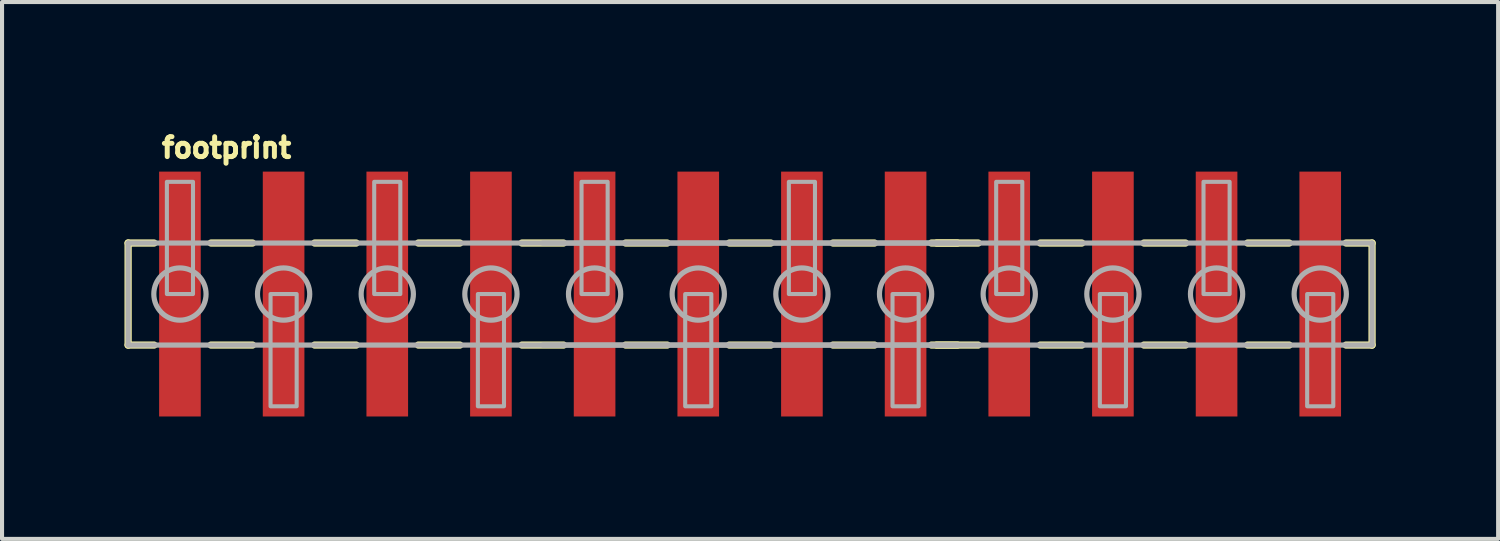
<source format=kicad_pcb>
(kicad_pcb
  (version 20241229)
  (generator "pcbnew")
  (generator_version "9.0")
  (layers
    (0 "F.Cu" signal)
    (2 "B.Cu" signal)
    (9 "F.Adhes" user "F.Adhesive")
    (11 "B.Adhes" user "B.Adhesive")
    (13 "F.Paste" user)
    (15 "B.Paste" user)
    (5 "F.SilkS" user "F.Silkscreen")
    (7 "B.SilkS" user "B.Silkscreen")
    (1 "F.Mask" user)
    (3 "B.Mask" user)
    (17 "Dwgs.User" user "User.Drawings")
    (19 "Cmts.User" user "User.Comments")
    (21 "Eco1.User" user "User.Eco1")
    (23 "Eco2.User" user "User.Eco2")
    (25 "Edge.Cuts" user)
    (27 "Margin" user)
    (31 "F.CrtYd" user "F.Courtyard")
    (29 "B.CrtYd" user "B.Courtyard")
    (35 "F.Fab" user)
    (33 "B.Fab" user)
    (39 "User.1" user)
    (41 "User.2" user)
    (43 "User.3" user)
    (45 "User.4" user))
  (footprint "footprint"
    (layer "F.Cu")
    (at 1.359 4.155)
    (property "Reference" "footprint" (at -0.508 -3.302 0) (layer "F.SilkS") (effects (font (size 0.488 0.488) (thickness 0.122)) (justify left bottom)))
    (fp_line (start -1.27 -1.25) (end -1.27 1.25) (stroke (width 0.178) (type solid)) (layer "F.SilkS"))
    (fp_line (start -1.27 -1.25) (end -0.635 -1.25) (stroke (width 0.178) (type solid)) (layer "F.SilkS"))
    (fp_line (start -1.27 1.25) (end -0.635 1.25) (stroke (width 0.178) (type solid)) (layer "F.SilkS"))
    (fp_line (start 0.762 -1.25) (end 1.778 -1.25) (stroke (width 0.178) (type solid)) (layer "F.SilkS"))
    (fp_line (start 1.778 1.25) (end 0.762 1.25) (stroke (width 0.178) (type solid)) (layer "F.SilkS"))
    (fp_line (start 3.302 -1.25) (end 4.318 -1.25) (stroke (width 0.178) (type solid)) (layer "F.SilkS"))
    (fp_line (start 4.318 1.25) (end 3.302 1.25) (stroke (width 0.178) (type solid)) (layer "F.SilkS"))
    (fp_line (start 5.842 -1.25) (end 6.858 -1.25) (stroke (width 0.178) (type solid)) (layer "F.SilkS"))
    (fp_line (start 6.858 1.25) (end 5.842 1.25) (stroke (width 0.178) (type solid)) (layer "F.SilkS"))
    (fp_line (start 8.382 -1.25) (end 9.398 -1.25) (stroke (width 0.178) (type solid)) (layer "F.SilkS"))
    (fp_line (start 9.398 1.25) (end 8.382 1.25) (stroke (width 0.178) (type solid)) (layer "F.SilkS"))
    (fp_line (start 10.922 -1.25) (end 11.938 -1.25) (stroke (width 0.178) (type solid)) (layer "F.SilkS"))
    (fp_line (start 11.938 1.25) (end 10.922 1.25) (stroke (width 0.178) (type solid)) (layer "F.SilkS"))
    (fp_line (start 13.462 -1.25) (end 14.478 -1.25) (stroke (width 0.178) (type solid)) (layer "F.SilkS"))
    (fp_line (start 14.478 1.25) (end 13.462 1.25) (stroke (width 0.178) (type solid)) (layer "F.SilkS"))
    (fp_line (start 16.002 -1.25) (end 17.018 -1.25) (stroke (width 0.178) (type solid)) (layer "F.SilkS"))
    (fp_line (start 17.018 1.25) (end 16.002 1.25) (stroke (width 0.178) (type solid)) (layer "F.SilkS"))
    (fp_line (start 18.542 -1.25) (end 19.558 -1.25) (stroke (width 0.178) (type solid)) (layer "F.SilkS"))
    (fp_line (start 19.05 -1.25) (end 18.415 -1.25) (stroke (width 0.178) (type solid)) (layer "F.SilkS"))
    (fp_line (start 19.05 1.25) (end 18.415 1.25) (stroke (width 0.178) (type solid)) (layer "F.SilkS"))
    (fp_line (start 19.558 1.25) (end 18.542 1.25) (stroke (width 0.178) (type solid)) (layer "F.SilkS"))
    (fp_line (start 21.082 -1.25) (end 22.098 -1.25) (stroke (width 0.178) (type solid)) (layer "F.SilkS"))
    (fp_line (start 22.098 1.25) (end 21.082 1.25) (stroke (width 0.178) (type solid)) (layer "F.SilkS"))
    (fp_line (start 23.622 -1.25) (end 24.638 -1.25) (stroke (width 0.178) (type solid)) (layer "F.SilkS"))
    (fp_line (start 24.638 1.25) (end 23.622 1.25) (stroke (width 0.178) (type solid)) (layer "F.SilkS"))
    (fp_line (start 26.162 -1.25) (end 27.178 -1.25) (stroke (width 0.178) (type solid)) (layer "F.SilkS"))
    (fp_line (start 27.178 1.25) (end 26.162 1.25) (stroke (width 0.178) (type solid)) (layer "F.SilkS"))
    (fp_line (start 29.21 -1.25) (end 28.575 -1.25) (stroke (width 0.178) (type solid)) (layer "F.SilkS"))
    (fp_line (start 29.21 1.25) (end 28.575 1.25) (stroke (width 0.178) (type solid)) (layer "F.SilkS"))
    (fp_line (start 29.21 1.25) (end 29.21 -1.25) (stroke (width 0.178) (type solid)) (layer "F.SilkS"))
    (fp_line (start -1.27 -1.25) (end -1.27 1.25) (stroke (width 0.127) (type solid)) (layer "F.Fab"))
    (fp_line (start -1.27 1.25) (end 19.05 1.25) (stroke (width 0.127) (type solid)) (layer "F.Fab"))
    (fp_line (start 8.89 1.25) (end 29.21 1.25) (stroke (width 0.127) (type solid)) (layer "F.Fab"))
    (fp_line (start 19.05 -1.25) (end -1.27 -1.25) (stroke (width 0.127) (type solid)) (layer "F.Fab"))
    (fp_line (start 29.21 -1.25) (end 8.89 -1.25) (stroke (width 0.127) (type solid)) (layer "F.Fab"))
    (fp_line (start 29.21 1.25) (end 29.21 -1.25) (stroke (width 0.127) (type solid)) (layer "F.Fab"))
    (fp_circle (center 0 0) (end 0.64 0) (stroke (width 0.127) (type solid)) (fill no) (layer "F.Fab"))
    (fp_circle (center 2.54 0) (end 3.18 0) (stroke (width 0.127) (type solid)) (fill no) (layer "F.Fab"))
    (fp_circle (center 5.08 0) (end 5.72 0) (stroke (width 0.127) (type solid)) (fill no) (layer "F.Fab"))
    (fp_circle (center 7.62 0) (end 8.26 0) (stroke (width 0.127) (type solid)) (fill no) (layer "F.Fab"))
    (fp_circle (center 10.16 0) (end 10.8 0) (stroke (width 0.127) (type solid)) (fill no) (layer "F.Fab"))
    (fp_circle (center 12.7 0) (end 13.34 0) (stroke (width 0.127) (type solid)) (fill no) (layer "F.Fab"))
    (fp_circle (center 15.24 0) (end 15.88 0) (stroke (width 0.127) (type solid)) (fill no) (layer "F.Fab"))
    (fp_circle (center 17.78 0) (end 18.42 0) (stroke (width 0.127) (type solid)) (fill no) (layer "F.Fab"))
    (fp_circle (center 20.32 0) (end 20.96 0) (stroke (width 0.127) (type solid)) (fill no) (layer "F.Fab"))
    (fp_circle (center 22.86 0) (end 23.5 0) (stroke (width 0.127) (type solid)) (fill no) (layer "F.Fab"))
    (fp_circle (center 25.4 0) (end 26.04 0) (stroke (width 0.127) (type solid)) (fill no) (layer "F.Fab"))
    (fp_circle (center 27.94 0) (end 28.58 0) (stroke (width 0.127) (type solid)) (fill no) (layer "F.Fab"))
    (fp_poly (pts (xy -0.32 0) (xy 0.32 0) (xy 0.32 -2.75) (xy -0.32 -2.75)) (stroke (width 0.1) (type solid)) (fill no) (layer "F.Fab"))
    (fp_poly (pts (xy 2.86 0) (xy 2.22 0) (xy 2.22 2.75) (xy 2.86 2.75)) (stroke (width 0.1) (type solid)) (fill no) (layer "F.Fab"))
    (fp_poly (pts (xy 4.76 0) (xy 5.4 0) (xy 5.4 -2.75) (xy 4.76 -2.75)) (stroke (width 0.1) (type solid)) (fill no) (layer "F.Fab"))
    (fp_poly (pts (xy 7.94 0) (xy 7.3 0) (xy 7.3 2.75) (xy 7.94 2.75)) (stroke (width 0.1) (type solid)) (fill no) (layer "F.Fab"))
    (fp_poly (pts (xy 9.84 0) (xy 10.48 0) (xy 10.48 -2.75) (xy 9.84 -2.75)) (stroke (width 0.1) (type solid)) (fill no) (layer "F.Fab"))
    (fp_poly (pts (xy 13.02 0) (xy 12.38 0) (xy 12.38 2.75) (xy 13.02 2.75)) (stroke (width 0.1) (type solid)) (fill no) (layer "F.Fab"))
    (fp_poly (pts (xy 14.92 0) (xy 15.56 0) (xy 15.56 -2.75) (xy 14.92 -2.75)) (stroke (width 0.1) (type solid)) (fill no) (layer "F.Fab"))
    (fp_poly (pts (xy 18.1 0) (xy 17.46 0) (xy 17.46 2.75) (xy 18.1 2.75)) (stroke (width 0.1) (type solid)) (fill no) (layer "F.Fab"))
    (fp_poly (pts (xy 20 0) (xy 20.64 0) (xy 20.64 -2.75) (xy 20 -2.75)) (stroke (width 0.1) (type solid)) (fill no) (layer "F.Fab"))
    (fp_poly (pts (xy 23.18 0) (xy 22.54 0) (xy 22.54 2.75) (xy 23.18 2.75)) (stroke (width 0.1) (type solid)) (fill no) (layer "F.Fab"))
    (fp_poly (pts (xy 25.08 0) (xy 25.72 0) (xy 25.72 -2.75) (xy 25.08 -2.75)) (stroke (width 0.1) (type solid)) (fill no) (layer "F.Fab"))
    (fp_poly (pts (xy 28.26 0) (xy 27.62 0) (xy 27.62 2.75) (xy 28.26 2.75)) (stroke (width 0.1) (type solid)) (fill no) (layer "F.Fab"))
    (pad "1" smd rect (at 0 0) (size 1.02 6) (layers "F.Cu" "F.Mask" "F.Paste"))
    (pad "2" smd rect (at 2.54 0) (size 1.02 6) (layers "F.Cu" "F.Mask" "F.Paste"))
    (pad "3" smd rect (at 5.08 0) (size 1.02 6) (layers "F.Cu" "F.Mask" "F.Paste"))
    (pad "4" smd rect (at 7.62 0) (size 1.02 6) (layers "F.Cu" "F.Mask" "F.Paste"))
    (pad "5" smd rect (at 10.16 0) (size 1.02 6) (layers "F.Cu" "F.Mask" "F.Paste"))
    (pad "6" smd rect (at 12.7 0) (size 1.02 6) (layers "F.Cu" "F.Mask" "F.Paste"))
    (pad "7" smd rect (at 15.24 0) (size 1.02 6) (layers "F.Cu" "F.Mask" "F.Paste"))
    (pad "8" smd rect (at 17.78 0) (size 1.02 6) (layers "F.Cu" "F.Mask" "F.Paste"))
    (pad "9" smd rect (at 20.32 0) (size 1.02 6) (layers "F.Cu" "F.Mask" "F.Paste"))
    (pad "10" smd rect (at 22.86 0) (size 1.02 6) (layers "F.Cu" "F.Mask" "F.Paste"))
    (pad "11" smd rect (at 25.4 0) (size 1.02 6) (layers "F.Cu" "F.Mask" "F.Paste"))
    (pad "12" smd rect (at 27.94 0) (size 1.02 6) (layers "F.Cu" "F.Mask" "F.Paste")))
  (gr_rect
    (start -3 -3)
    (end 33.658 10.155)
    (stroke (width 0.1) (type default))
    (fill no)
    (layer "Edge.Cuts")))
</source>
